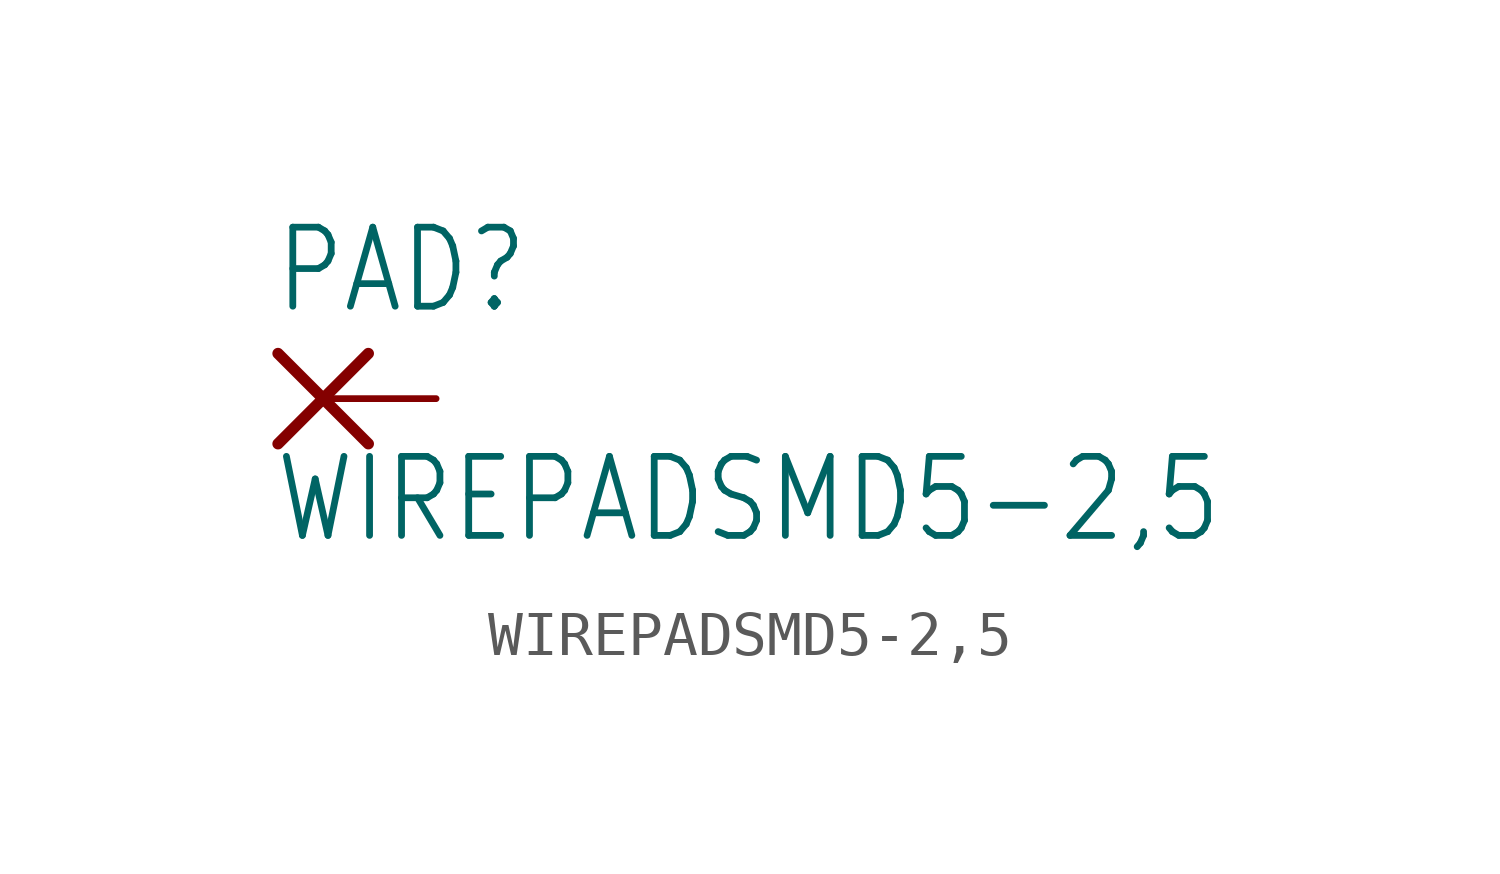
<source format=kicad_sym>
(kicad_symbol_lib
  (version 20210619)
  (generator kicad_symbol_editor)
  (symbol "WIREPADSMD5-2,5"
    (property "Reference" "PAD"
      (at -1.143 1.854 0)
      (effects (font (size 1.778 1.511)) (justify left bottom)))
    (property "Value" "WIREPADSMD5-2,5"
      (at -1.143 -3.302 0)
      (effects (font (size 1.778 1.511)) (justify left bottom)))
    (property "ki_locked" ""
      (at 0 0 0)
      (effects (font (size 1.27 1.27))))
    (symbol "WIREPADSMD5-2,5_1_0"
      (polyline (pts (xy -1.016 -1.016) (xy 1.016 1.016)) (stroke (width 0.254)) (fill (type none)))
      (polyline (pts (xy -1.016 1.016) (xy 1.016 -1.016)) (stroke (width 0.254)) (fill (type none)))
      (pin passive line (at 2.54 0 180) (length 2.54) (name "P" (effects (font (size 0 0)))) (number "1" (effects (font (size 0 0))))))))
</source>
